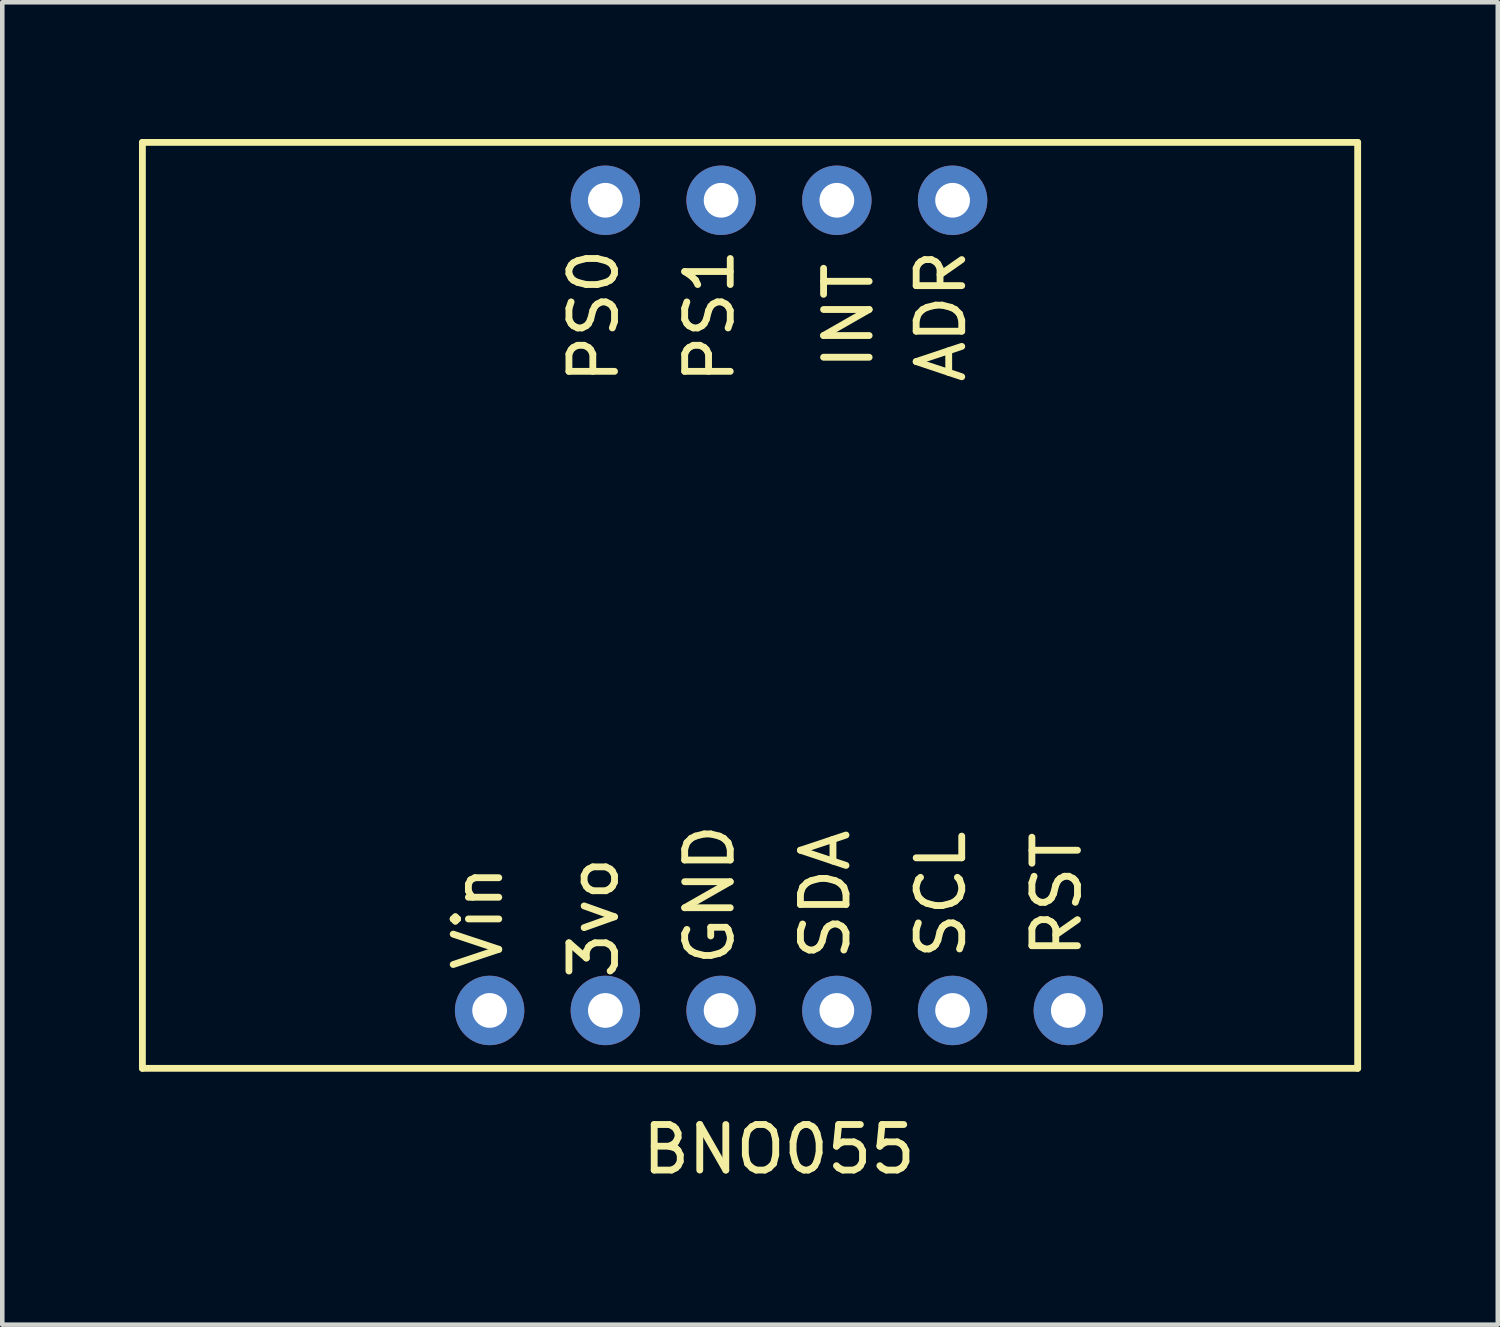
<source format=kicad_pcb>
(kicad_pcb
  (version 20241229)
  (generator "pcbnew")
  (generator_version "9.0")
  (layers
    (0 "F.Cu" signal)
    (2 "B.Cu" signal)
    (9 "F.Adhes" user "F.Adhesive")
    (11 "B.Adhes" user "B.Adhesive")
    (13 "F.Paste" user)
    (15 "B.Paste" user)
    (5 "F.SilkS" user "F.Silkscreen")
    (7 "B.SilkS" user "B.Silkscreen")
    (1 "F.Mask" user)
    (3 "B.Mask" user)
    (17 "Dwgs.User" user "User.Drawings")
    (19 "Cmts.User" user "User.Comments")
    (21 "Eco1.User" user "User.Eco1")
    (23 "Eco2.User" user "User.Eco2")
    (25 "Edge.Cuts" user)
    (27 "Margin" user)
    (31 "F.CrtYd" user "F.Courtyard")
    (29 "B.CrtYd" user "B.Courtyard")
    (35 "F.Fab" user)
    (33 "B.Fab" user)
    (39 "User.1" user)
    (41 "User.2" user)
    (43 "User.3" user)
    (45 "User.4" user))
  (footprint "BNO055"
    (layer "F.Cu")
    (at 14.045 19.125)
    (property "Reference" "BNO055" (at 0 3.048 0) (layer "F.SilkS") (effects (font (size 1 1) (thickness 0.15))))
    (attr through_hole)
    (fp_line (start -13.97 -19.05) (end -13.97 1.27) (stroke (width 0.15) (type solid)) (layer "F.SilkS"))
    (fp_line (start -13.97 1.27) (end 12.7 1.27) (stroke (width 0.15) (type solid)) (layer "F.SilkS"))
    (fp_line (start 12.7 -19.05) (end -13.97 -19.05) (stroke (width 0.15) (type solid)) (layer "F.SilkS"))
    (fp_line (start 12.7 1.27) (end 12.7 -19.05) (stroke (width 0.15) (type solid)) (layer "F.SilkS"))
    (fp_text user "PS1" (at -1.524 -15.24 90) (layer "F.SilkS") (effects (font (size 1 1) (thickness 0.15))))
    (fp_text user "3vo" (at -4.064 -2.032 90) (layer "F.SilkS") (effects (font (size 1 1) (thickness 0.15))))
    (fp_text user "ADR" (at 3.556 -15.24 90) (layer "F.SilkS") (effects (font (size 1 1) (thickness 0.15))))
    (fp_text user "PS0" (at -4.064 -15.24 90) (layer "F.SilkS") (effects (font (size 1 1) (thickness 0.15))))
    (fp_text user "Vin" (at -6.604 -2.032 90) (layer "F.SilkS") (effects (font (size 1 1) (thickness 0.15))))
    (fp_text user "GND" (at -1.524 -2.54 90) (layer "F.SilkS") (effects (font (size 1 1) (thickness 0.15))))
    (fp_text user "RST" (at 6.096 -2.54 90) (layer "F.SilkS") (effects (font (size 1 1) (thickness 0.15))))
    (fp_text user "SCL" (at 3.556 -2.54 90) (layer "F.SilkS") (effects (font (size 1 1) (thickness 0.15))))
    (fp_text user "INT" (at 1.524 -15.24 90) (layer "F.SilkS") (effects (font (size 1 1) (thickness 0.15))))
    (fp_text user "SDA" (at 1.016 -2.54 90) (layer "F.SilkS") (effects (font (size 1 1) (thickness 0.15))))
    (pad "1" thru_hole circle (at -6.35 0) (size 1.524 1.524) (drill 0.762) (layers "*.Cu" "*.Mask"))
    (pad "2" thru_hole circle (at -3.81 0) (size 1.524 1.524) (drill 0.762) (layers "*.Cu" "*.Mask"))
    (pad "3" thru_hole circle (at -1.27 0) (size 1.524 1.524) (drill 0.762) (layers "*.Cu" "*.Mask"))
    (pad "4" thru_hole circle (at 1.27 0) (size 1.524 1.524) (drill 0.762) (layers "*.Cu" "*.Mask"))
    (pad "5" thru_hole circle (at 3.81 0) (size 1.524 1.524) (drill 0.762) (layers "*.Cu" "*.Mask"))
    (pad "6" thru_hole circle (at 6.35 0) (size 1.524 1.524) (drill 0.762) (layers "*.Cu" "*.Mask"))
    (pad "7" thru_hole circle (at -3.81 -17.78) (size 1.524 1.524) (drill 0.762) (layers "*.Cu" "*.Mask"))
    (pad "8" thru_hole circle (at -1.27 -17.78) (size 1.524 1.524) (drill 0.762) (layers "*.Cu" "*.Mask"))
    (pad "9" thru_hole circle (at 1.27 -17.78) (size 1.524 1.524) (drill 0.762) (layers "*.Cu" "*.Mask"))
    (pad "10" thru_hole circle (at 3.81 -17.78) (size 1.524 1.524) (drill 0.762) (layers "*.Cu" "*.Mask")))
  (gr_rect
    (start -3 -3)
    (end 29.82 26.021)
    (stroke (width 0.1) (type default))
    (fill no)
    (layer "Edge.Cuts")))
</source>
